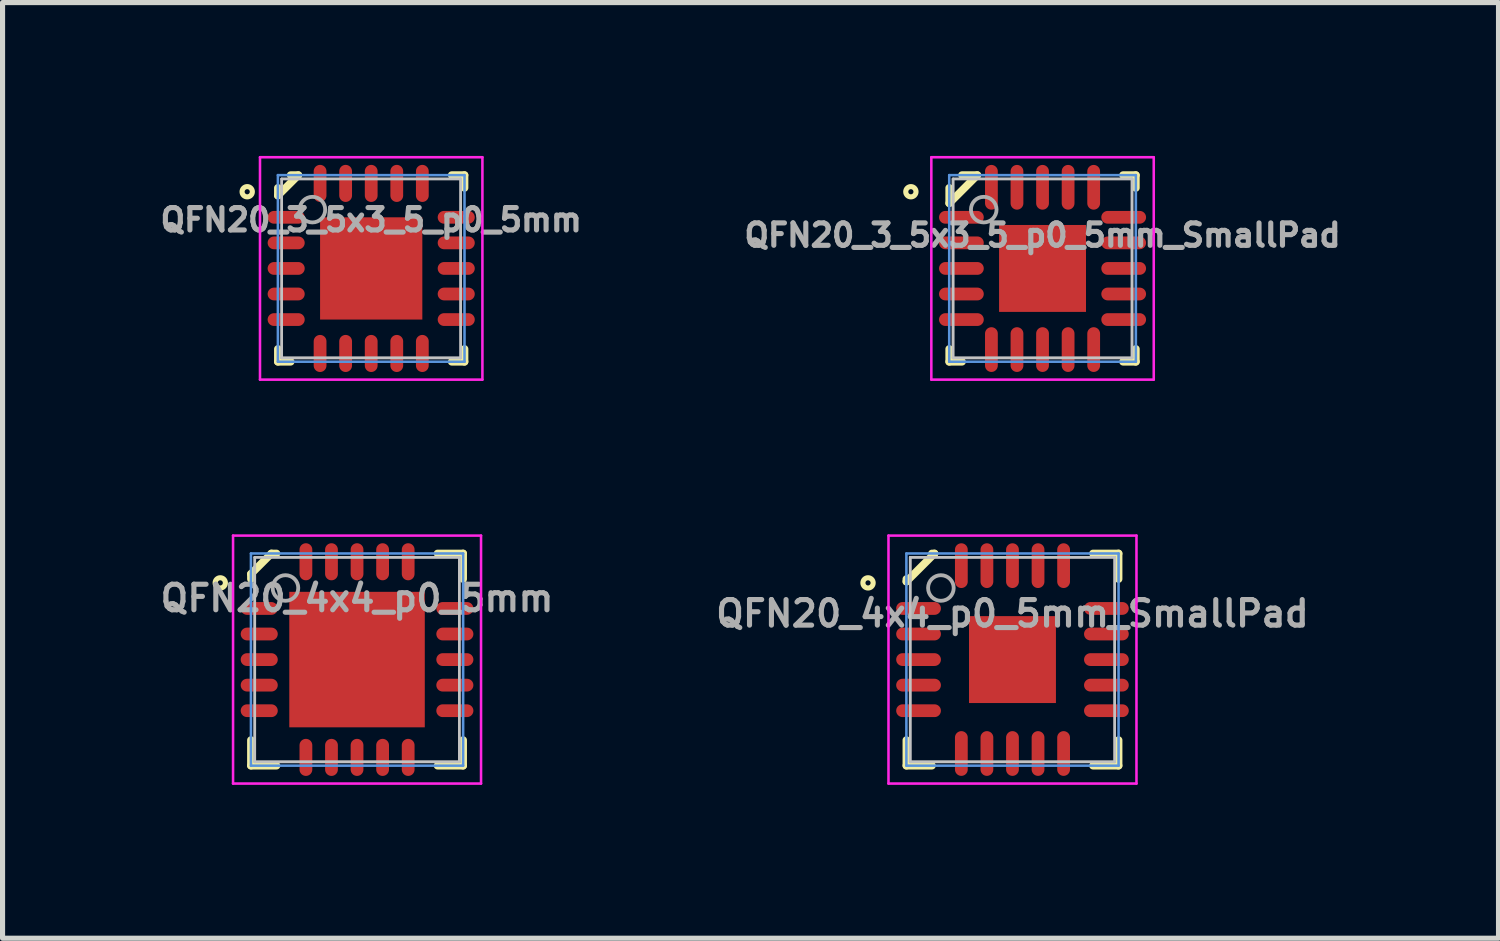
<source format=kicad_pcb>
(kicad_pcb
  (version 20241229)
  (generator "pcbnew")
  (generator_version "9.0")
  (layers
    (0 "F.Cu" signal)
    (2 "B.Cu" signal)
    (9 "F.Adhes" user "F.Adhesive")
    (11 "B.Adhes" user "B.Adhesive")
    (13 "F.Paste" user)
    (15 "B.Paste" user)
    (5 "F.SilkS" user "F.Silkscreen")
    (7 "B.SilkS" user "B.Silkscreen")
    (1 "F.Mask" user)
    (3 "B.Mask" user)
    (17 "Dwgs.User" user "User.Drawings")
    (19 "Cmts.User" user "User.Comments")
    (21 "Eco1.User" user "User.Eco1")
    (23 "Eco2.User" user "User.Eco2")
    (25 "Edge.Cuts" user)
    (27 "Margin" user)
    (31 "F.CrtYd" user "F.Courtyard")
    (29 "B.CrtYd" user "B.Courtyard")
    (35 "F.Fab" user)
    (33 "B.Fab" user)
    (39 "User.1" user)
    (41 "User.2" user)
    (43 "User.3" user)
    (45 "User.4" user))
  (footprint "QFN20_4x4_p0_5mm_SmallPad"
    (layer "F.Cu")
    (at 16.752 9.85)
    (property "Reference" "QFN20_4x4_p0_5mm_SmallPad" (at 0 -0.9 0) (layer "F.Fab") (effects (font (size 0.5 0.5) (thickness 0.1))))
    (attr through_hole)
    (fp_line (start -2.075 -1.525) (end -2.075 -1.575) (stroke (width 0.15) (type solid)) (layer "F.SilkS"))
    (fp_line (start -2.075 -1.525) (end -1.525 -2.075) (stroke (width 0.15) (type solid)) (layer "F.SilkS"))
    (fp_line (start -2.075 2.075) (end -2.075 1.575) (stroke (width 0.15) (type solid)) (layer "F.SilkS"))
    (fp_line (start -2.075 2.075) (end -1.575 2.075) (stroke (width 0.15) (type solid)) (layer "F.SilkS"))
    (fp_line (start -1.575 -2.075) (end -1.525 -2.075) (stroke (width 0.15) (type solid)) (layer "F.SilkS"))
    (fp_line (start 2.075 -2.075) (end 1.575 -2.075) (stroke (width 0.15) (type solid)) (layer "F.SilkS"))
    (fp_line (start 2.075 -2.075) (end 2.075 -1.575) (stroke (width 0.15) (type solid)) (layer "F.SilkS"))
    (fp_line (start 2.075 2.075) (end 1.575 2.075) (stroke (width 0.15) (type solid)) (layer "F.SilkS"))
    (fp_line (start 2.075 2.075) (end 2.075 1.575) (stroke (width 0.15) (type solid)) (layer "F.SilkS"))
    (fp_circle (center -2.825 -1.5) (end -2.754 -1.429) (stroke (width 0.1) (type solid)) (fill no) (layer "F.SilkS"))
    (fp_line (start -2 -2) (end -2 2) (stroke (width 0.05) (type solid)) (layer "Dwgs.User"))
    (fp_line (start -2 -2) (end 2 -2) (stroke (width 0.05) (type solid)) (layer "Dwgs.User"))
    (fp_line (start -2 2) (end 2 2) (stroke (width 0.05) (type solid)) (layer "Dwgs.User"))
    (fp_line (start 2 -2) (end 2 2) (stroke (width 0.05) (type solid)) (layer "Dwgs.User"))
    (fp_line (start -2.075 -2.075) (end -2.075 2.075) (stroke (width 0.05) (type solid)) (layer "Cmts.User"))
    (fp_line (start -2.075 -2.075) (end 2.075 -2.075) (stroke (width 0.05) (type solid)) (layer "Cmts.User"))
    (fp_line (start -2.075 2.075) (end 2.075 2.075) (stroke (width 0.05) (type solid)) (layer "Cmts.User"))
    (fp_line (start 2.075 -2.075) (end 2.075 2.075) (stroke (width 0.05) (type solid)) (layer "Cmts.User"))
    (fp_line (start -1.925 -1.925) (end -1.925 1.925) (stroke (width 0.05) (type solid)) (layer "Eco1.User"))
    (fp_line (start -1.925 -1.925) (end 1.925 -1.925) (stroke (width 0.05) (type solid)) (layer "Eco1.User"))
    (fp_line (start -1.925 1.925) (end 1.925 1.925) (stroke (width 0.05) (type solid)) (layer "Eco1.User"))
    (fp_line (start 1.925 -1.925) (end 1.925 1.925) (stroke (width 0.05) (type solid)) (layer "Eco1.User"))
    (fp_line (start -2.425 -2.425) (end -2.425 2.425) (stroke (width 0.05) (type solid)) (layer "F.CrtYd"))
    (fp_line (start -2.425 -2.425) (end 2.425 -2.425) (stroke (width 0.05) (type solid)) (layer "F.CrtYd"))
    (fp_line (start -2.425 2.425) (end 2.425 2.425) (stroke (width 0.05) (type solid)) (layer "F.CrtYd"))
    (fp_line (start 2.425 -2.425) (end 2.425 2.425) (stroke (width 0.05) (type solid)) (layer "F.CrtYd"))
    (fp_line (start -2 -2) (end -2 2) (stroke (width 0.05) (type solid)) (layer "F.Fab"))
    (fp_line (start -2 -2) (end 2 -2) (stroke (width 0.05) (type solid)) (layer "F.Fab"))
    (fp_line (start -2 2) (end 2 2) (stroke (width 0.05) (type solid)) (layer "F.Fab"))
    (fp_line (start 2 -2) (end 2 2) (stroke (width 0.05) (type solid)) (layer "F.Fab"))
    (fp_circle (center -1.4 -1.4) (end -1.223 -1.223) (stroke (width 0.075) (type solid)) (fill no) (layer "F.Fab"))
    (pad "1" smd oval (at -1.837 -1 180) (size 0.875 0.25) (layers "F.Cu" "F.Mask" "F.Paste"))
    (pad "2" smd oval (at -1.837 -0.5 180) (size 0.875 0.25) (layers "F.Cu" "F.Mask" "F.Paste"))
    (pad "3" smd oval (at -1.837 0 180) (size 0.875 0.25) (layers "F.Cu" "F.Mask" "F.Paste"))
    (pad "4" smd oval (at -1.837 0.5 180) (size 0.875 0.25) (layers "F.Cu" "F.Mask" "F.Paste"))
    (pad "5" smd oval (at -1.837 1 180) (size 0.875 0.25) (layers "F.Cu" "F.Mask" "F.Paste"))
    (pad "6" smd oval (at -1 1.837 270) (size 0.875 0.25) (layers "F.Cu" "F.Mask" "F.Paste"))
    (pad "7" smd oval (at -0.5 1.837 270) (size 0.875 0.25) (layers "F.Cu" "F.Mask" "F.Paste"))
    (pad "8" smd oval (at 0 1.837 270) (size 0.875 0.25) (layers "F.Cu" "F.Mask" "F.Paste"))
    (pad "9" smd oval (at 0.5 1.837 270) (size 0.875 0.25) (layers "F.Cu" "F.Mask" "F.Paste"))
    (pad "10" smd oval (at 1 1.837 270) (size 0.875 0.25) (layers "F.Cu" "F.Mask" "F.Paste"))
    (pad "11" smd oval (at 1.837 1) (size 0.875 0.25) (layers "F.Cu" "F.Mask" "F.Paste"))
    (pad "12" smd oval (at 1.837 0.5) (size 0.875 0.25) (layers "F.Cu" "F.Mask" "F.Paste"))
    (pad "13" smd oval (at 1.837 0) (size 0.875 0.25) (layers "F.Cu" "F.Mask" "F.Paste"))
    (pad "14" smd oval (at 1.837 -0.5) (size 0.875 0.25) (layers "F.Cu" "F.Mask" "F.Paste"))
    (pad "15" smd oval (at 1.837 -1) (size 0.875 0.25) (layers "F.Cu" "F.Mask" "F.Paste"))
    (pad "16" smd oval (at 1 -1.837 90) (size 0.875 0.25) (layers "F.Cu" "F.Mask" "F.Paste"))
    (pad "17" smd oval (at 0.5 -1.837 90) (size 0.875 0.25) (layers "F.Cu" "F.Mask" "F.Paste"))
    (pad "18" smd oval (at 0 -1.837 90) (size 0.875 0.25) (layers "F.Cu" "F.Mask" "F.Paste"))
    (pad "19" smd oval (at -0.5 -1.837 90) (size 0.875 0.25) (layers "F.Cu" "F.Mask" "F.Paste"))
    (pad "20" smd oval (at -1 -1.837 90) (size 0.875 0.25) (layers "F.Cu" "F.Mask" "F.Paste"))
    (pad "21" smd rect (at 0 0) (size 1.7 1.7) (layers "F.Cu" "F.Mask" "F.Paste")))
  (footprint "QFN20_3_5x3_5_p0_5mm_SmallPad"
    (layer "F.Cu")
    (at 17.34 2.2)
    (property "Reference" "QFN20_3_5x3_5_p0_5mm_SmallPad" (at 0 -0.65 0) (layer "F.Fab") (effects (font (size 0.438 0.438) (thickness 0.1))))
    (attr through_hole)
    (fp_line (start -1.825 -1.275) (end -1.825 -1.575) (stroke (width 0.15) (type solid)) (layer "F.SilkS"))
    (fp_line (start -1.825 -1.275) (end -1.275 -1.825) (stroke (width 0.15) (type solid)) (layer "F.SilkS"))
    (fp_line (start -1.825 1.825) (end -1.825 1.575) (stroke (width 0.15) (type solid)) (layer "F.SilkS"))
    (fp_line (start -1.825 1.825) (end -1.575 1.825) (stroke (width 0.15) (type solid)) (layer "F.SilkS"))
    (fp_line (start -1.575 -1.825) (end -1.275 -1.825) (stroke (width 0.15) (type solid)) (layer "F.SilkS"))
    (fp_line (start 1.825 -1.825) (end 1.575 -1.825) (stroke (width 0.15) (type solid)) (layer "F.SilkS"))
    (fp_line (start 1.825 -1.825) (end 1.825 -1.575) (stroke (width 0.15) (type solid)) (layer "F.SilkS"))
    (fp_line (start 1.825 1.825) (end 1.575 1.825) (stroke (width 0.15) (type solid)) (layer "F.SilkS"))
    (fp_line (start 1.825 1.825) (end 1.825 1.575) (stroke (width 0.15) (type solid)) (layer "F.SilkS"))
    (fp_circle (center -2.575 -1.5) (end -2.504 -1.429) (stroke (width 0.1) (type solid)) (fill no) (layer "F.SilkS"))
    (fp_line (start -1.75 -1.75) (end -1.75 1.75) (stroke (width 0.05) (type solid)) (layer "Dwgs.User"))
    (fp_line (start -1.75 -1.75) (end 1.75 -1.75) (stroke (width 0.05) (type solid)) (layer "Dwgs.User"))
    (fp_line (start -1.75 1.75) (end 1.75 1.75) (stroke (width 0.05) (type solid)) (layer "Dwgs.User"))
    (fp_line (start 1.75 -1.75) (end 1.75 1.75) (stroke (width 0.05) (type solid)) (layer "Dwgs.User"))
    (fp_line (start -1.825 -1.825) (end -1.825 1.825) (stroke (width 0.05) (type solid)) (layer "Cmts.User"))
    (fp_line (start -1.825 -1.825) (end 1.825 -1.825) (stroke (width 0.05) (type solid)) (layer "Cmts.User"))
    (fp_line (start -1.825 1.825) (end 1.825 1.825) (stroke (width 0.05) (type solid)) (layer "Cmts.User"))
    (fp_line (start 1.825 -1.825) (end 1.825 1.825) (stroke (width 0.05) (type solid)) (layer "Cmts.User"))
    (fp_line (start -1.675 -1.675) (end -1.675 1.675) (stroke (width 0.05) (type solid)) (layer "Eco1.User"))
    (fp_line (start -1.675 -1.675) (end 1.675 -1.675) (stroke (width 0.05) (type solid)) (layer "Eco1.User"))
    (fp_line (start -1.675 1.675) (end 1.675 1.675) (stroke (width 0.05) (type solid)) (layer "Eco1.User"))
    (fp_line (start 1.675 -1.675) (end 1.675 1.675) (stroke (width 0.05) (type solid)) (layer "Eco1.User"))
    (fp_line (start -2.175 -2.175) (end -2.175 2.175) (stroke (width 0.05) (type solid)) (layer "F.CrtYd"))
    (fp_line (start -2.175 -2.175) (end 2.175 -2.175) (stroke (width 0.05) (type solid)) (layer "F.CrtYd"))
    (fp_line (start -2.175 2.175) (end 2.175 2.175) (stroke (width 0.05) (type solid)) (layer "F.CrtYd"))
    (fp_line (start 2.175 -2.175) (end 2.175 2.175) (stroke (width 0.05) (type solid)) (layer "F.CrtYd"))
    (fp_line (start -1.75 -1.75) (end -1.75 1.75) (stroke (width 0.05) (type solid)) (layer "F.Fab"))
    (fp_line (start -1.75 -1.75) (end 1.75 -1.75) (stroke (width 0.05) (type solid)) (layer "F.Fab"))
    (fp_line (start -1.75 1.75) (end 1.75 1.75) (stroke (width 0.05) (type solid)) (layer "F.Fab"))
    (fp_line (start 1.75 -1.75) (end 1.75 1.75) (stroke (width 0.05) (type solid)) (layer "F.Fab"))
    (fp_circle (center -1.15 -1.15) (end -0.973 -0.973) (stroke (width 0.075) (type solid)) (fill no) (layer "F.Fab"))
    (pad "1" smd oval (at -1.587 -1 180) (size 0.875 0.25) (layers "F.Cu" "F.Mask" "F.Paste"))
    (pad "2" smd oval (at -1.587 -0.5 180) (size 0.875 0.25) (layers "F.Cu" "F.Mask" "F.Paste"))
    (pad "3" smd oval (at -1.587 0 180) (size 0.875 0.25) (layers "F.Cu" "F.Mask" "F.Paste"))
    (pad "4" smd oval (at -1.587 0.5 180) (size 0.875 0.25) (layers "F.Cu" "F.Mask" "F.Paste"))
    (pad "5" smd oval (at -1.587 1 180) (size 0.875 0.25) (layers "F.Cu" "F.Mask" "F.Paste"))
    (pad "6" smd oval (at -1 1.587 270) (size 0.875 0.25) (layers "F.Cu" "F.Mask" "F.Paste"))
    (pad "7" smd oval (at -0.5 1.587 270) (size 0.875 0.25) (layers "F.Cu" "F.Mask" "F.Paste"))
    (pad "8" smd oval (at 0 1.587 270) (size 0.875 0.25) (layers "F.Cu" "F.Mask" "F.Paste"))
    (pad "9" smd oval (at 0.5 1.587 270) (size 0.875 0.25) (layers "F.Cu" "F.Mask" "F.Paste"))
    (pad "10" smd oval (at 1 1.587 270) (size 0.875 0.25) (layers "F.Cu" "F.Mask" "F.Paste"))
    (pad "11" smd oval (at 1.587 1) (size 0.875 0.25) (layers "F.Cu" "F.Mask" "F.Paste"))
    (pad "12" smd oval (at 1.587 0.5) (size 0.875 0.25) (layers "F.Cu" "F.Mask" "F.Paste"))
    (pad "13" smd oval (at 1.587 0) (size 0.875 0.25) (layers "F.Cu" "F.Mask" "F.Paste"))
    (pad "14" smd oval (at 1.587 -0.5) (size 0.875 0.25) (layers "F.Cu" "F.Mask" "F.Paste"))
    (pad "15" smd oval (at 1.587 -1) (size 0.875 0.25) (layers "F.Cu" "F.Mask" "F.Paste"))
    (pad "16" smd oval (at 1 -1.587 90) (size 0.875 0.25) (layers "F.Cu" "F.Mask" "F.Paste"))
    (pad "17" smd oval (at 0.5 -1.587 90) (size 0.875 0.25) (layers "F.Cu" "F.Mask" "F.Paste"))
    (pad "18" smd oval (at 0 -1.587 90) (size 0.875 0.25) (layers "F.Cu" "F.Mask" "F.Paste"))
    (pad "19" smd oval (at -0.5 -1.587 90) (size 0.875 0.25) (layers "F.Cu" "F.Mask" "F.Paste"))
    (pad "20" smd oval (at -1 -1.587 90) (size 0.875 0.25) (layers "F.Cu" "F.Mask" "F.Paste"))
    (pad "21" smd rect (at 0 0) (size 1.7 1.7) (layers "F.Cu" "F.Mask" "F.Paste")))
  (footprint "QFN20_4x4_p0_5mm"
    (layer "F.Cu")
    (at 3.933 9.85)
    (property "Reference" "QFN20_4x4_p0_5mm" (at 0 -1.2 0) (layer "F.Fab") (effects (font (size 0.5 0.5) (thickness 0.1))))
    (attr through_hole)
    (fp_line (start -2.075 -1.675) (end -2.075 -1.575) (stroke (width 0.15) (type solid)) (layer "F.SilkS"))
    (fp_line (start -2.075 -1.675) (end -1.675 -2.075) (stroke (width 0.15) (type solid)) (layer "F.SilkS"))
    (fp_line (start -2.075 2.075) (end -2.075 1.575) (stroke (width 0.15) (type solid)) (layer "F.SilkS"))
    (fp_line (start -2.075 2.075) (end -1.575 2.075) (stroke (width 0.15) (type solid)) (layer "F.SilkS"))
    (fp_line (start -1.575 -2.075) (end -1.675 -2.075) (stroke (width 0.15) (type solid)) (layer "F.SilkS"))
    (fp_line (start 2.075 -2.075) (end 1.575 -2.075) (stroke (width 0.15) (type solid)) (layer "F.SilkS"))
    (fp_line (start 2.075 -2.075) (end 2.075 -1.575) (stroke (width 0.15) (type solid)) (layer "F.SilkS"))
    (fp_line (start 2.075 2.075) (end 1.575 2.075) (stroke (width 0.15) (type solid)) (layer "F.SilkS"))
    (fp_line (start 2.075 2.075) (end 2.075 1.575) (stroke (width 0.15) (type solid)) (layer "F.SilkS"))
    (fp_circle (center -2.675 -1.5) (end -2.604 -1.429) (stroke (width 0.1) (type solid)) (fill no) (layer "F.SilkS"))
    (fp_line (start -2 -2) (end -2 2) (stroke (width 0.05) (type solid)) (layer "Dwgs.User"))
    (fp_line (start -2 -2) (end 2 -2) (stroke (width 0.05) (type solid)) (layer "Dwgs.User"))
    (fp_line (start -2 2) (end 2 2) (stroke (width 0.05) (type solid)) (layer "Dwgs.User"))
    (fp_line (start 2 -2) (end 2 2) (stroke (width 0.05) (type solid)) (layer "Dwgs.User"))
    (fp_line (start -2.075 -2.075) (end -2.075 2.075) (stroke (width 0.05) (type solid)) (layer "Cmts.User"))
    (fp_line (start -2.075 -2.075) (end 2.075 -2.075) (stroke (width 0.05) (type solid)) (layer "Cmts.User"))
    (fp_line (start -2.075 2.075) (end 2.075 2.075) (stroke (width 0.05) (type solid)) (layer "Cmts.User"))
    (fp_line (start 2.075 -2.075) (end 2.075 2.075) (stroke (width 0.05) (type solid)) (layer "Cmts.User"))
    (fp_line (start -1.925 -1.925) (end -1.925 1.925) (stroke (width 0.05) (type solid)) (layer "Eco1.User"))
    (fp_line (start -1.925 -1.925) (end 1.925 -1.925) (stroke (width 0.05) (type solid)) (layer "Eco1.User"))
    (fp_line (start -1.925 1.925) (end 1.925 1.925) (stroke (width 0.05) (type solid)) (layer "Eco1.User"))
    (fp_line (start 1.925 -1.925) (end 1.925 1.925) (stroke (width 0.05) (type solid)) (layer "Eco1.User"))
    (fp_line (start -2.425 -2.425) (end -2.425 2.425) (stroke (width 0.05) (type solid)) (layer "F.CrtYd"))
    (fp_line (start -2.425 -2.425) (end 2.425 -2.425) (stroke (width 0.05) (type solid)) (layer "F.CrtYd"))
    (fp_line (start -2.425 2.425) (end 2.425 2.425) (stroke (width 0.05) (type solid)) (layer "F.CrtYd"))
    (fp_line (start 2.425 -2.425) (end 2.425 2.425) (stroke (width 0.05) (type solid)) (layer "F.CrtYd"))
    (fp_line (start -2 -2) (end -2 2) (stroke (width 0.05) (type solid)) (layer "F.Fab"))
    (fp_line (start -2 -2) (end 2 -2) (stroke (width 0.05) (type solid)) (layer "F.Fab"))
    (fp_line (start -2 2) (end 2 2) (stroke (width 0.05) (type solid)) (layer "F.Fab"))
    (fp_line (start 2 -2) (end 2 2) (stroke (width 0.05) (type solid)) (layer "F.Fab"))
    (fp_circle (center -1.4 -1.4) (end -1.223 -1.223) (stroke (width 0.075) (type solid)) (fill no) (layer "F.Fab"))
    (pad "1" smd oval (at -1.913 -1 180) (size 0.725 0.25) (layers "F.Cu" "F.Mask" "F.Paste"))
    (pad "2" smd oval (at -1.913 -0.5 180) (size 0.725 0.25) (layers "F.Cu" "F.Mask" "F.Paste"))
    (pad "3" smd oval (at -1.913 0 180) (size 0.725 0.25) (layers "F.Cu" "F.Mask" "F.Paste"))
    (pad "4" smd oval (at -1.913 0.5 180) (size 0.725 0.25) (layers "F.Cu" "F.Mask" "F.Paste"))
    (pad "5" smd oval (at -1.913 1 180) (size 0.725 0.25) (layers "F.Cu" "F.Mask" "F.Paste"))
    (pad "6" smd oval (at -1 1.913 270) (size 0.725 0.25) (layers "F.Cu" "F.Mask" "F.Paste"))
    (pad "7" smd oval (at -0.5 1.913 270) (size 0.725 0.25) (layers "F.Cu" "F.Mask" "F.Paste"))
    (pad "8" smd oval (at 0 1.913 270) (size 0.725 0.25) (layers "F.Cu" "F.Mask" "F.Paste"))
    (pad "9" smd oval (at 0.5 1.913 270) (size 0.725 0.25) (layers "F.Cu" "F.Mask" "F.Paste"))
    (pad "10" smd oval (at 1 1.913 270) (size 0.725 0.25) (layers "F.Cu" "F.Mask" "F.Paste"))
    (pad "11" smd oval (at 1.913 1) (size 0.725 0.25) (layers "F.Cu" "F.Mask" "F.Paste"))
    (pad "12" smd oval (at 1.913 0.5) (size 0.725 0.25) (layers "F.Cu" "F.Mask" "F.Paste"))
    (pad "13" smd oval (at 1.913 0) (size 0.725 0.25) (layers "F.Cu" "F.Mask" "F.Paste"))
    (pad "14" smd oval (at 1.913 -0.5) (size 0.725 0.25) (layers "F.Cu" "F.Mask" "F.Paste"))
    (pad "15" smd oval (at 1.913 -1) (size 0.725 0.25) (layers "F.Cu" "F.Mask" "F.Paste"))
    (pad "16" smd oval (at 1 -1.913 90) (size 0.725 0.25) (layers "F.Cu" "F.Mask" "F.Paste"))
    (pad "17" smd oval (at 0.5 -1.913 90) (size 0.725 0.25) (layers "F.Cu" "F.Mask" "F.Paste"))
    (pad "18" smd oval (at 0 -1.913 90) (size 0.725 0.25) (layers "F.Cu" "F.Mask" "F.Paste"))
    (pad "19" smd oval (at -0.5 -1.913 90) (size 0.725 0.25) (layers "F.Cu" "F.Mask" "F.Paste"))
    (pad "20" smd oval (at -1 -1.913 90) (size 0.725 0.25) (layers "F.Cu" "F.Mask" "F.Paste"))
    (pad "21" smd rect (at 0 0) (size 2.65 2.65) (layers "F.Cu" "F.Mask" "F.Paste")))
  (footprint "QFN20_3_5x3_5_p0_5mm"
    (layer "F.Cu")
    (at 4.21 2.2)
    (property "Reference" "QFN20_3_5x3_5_p0_5mm" (at 0 -0.95 0) (layer "F.Fab") (effects (font (size 0.438 0.438) (thickness 0.1))))
    (attr through_hole)
    (fp_line (start -1.825 -1.425) (end -1.825 -1.575) (stroke (width 0.15) (type solid)) (layer "F.SilkS"))
    (fp_line (start -1.825 -1.425) (end -1.425 -1.825) (stroke (width 0.15) (type solid)) (layer "F.SilkS"))
    (fp_line (start -1.825 1.825) (end -1.825 1.575) (stroke (width 0.15) (type solid)) (layer "F.SilkS"))
    (fp_line (start -1.825 1.825) (end -1.575 1.825) (stroke (width 0.15) (type solid)) (layer "F.SilkS"))
    (fp_line (start -1.575 -1.825) (end -1.425 -1.825) (stroke (width 0.15) (type solid)) (layer "F.SilkS"))
    (fp_line (start 1.825 -1.825) (end 1.575 -1.825) (stroke (width 0.15) (type solid)) (layer "F.SilkS"))
    (fp_line (start 1.825 -1.825) (end 1.825 -1.575) (stroke (width 0.15) (type solid)) (layer "F.SilkS"))
    (fp_line (start 1.825 1.825) (end 1.575 1.825) (stroke (width 0.15) (type solid)) (layer "F.SilkS"))
    (fp_line (start 1.825 1.825) (end 1.825 1.575) (stroke (width 0.15) (type solid)) (layer "F.SilkS"))
    (fp_circle (center -2.425 -1.5) (end -2.354 -1.429) (stroke (width 0.1) (type solid)) (fill no) (layer "F.SilkS"))
    (fp_line (start -1.75 -1.75) (end -1.75 1.75) (stroke (width 0.05) (type solid)) (layer "Dwgs.User"))
    (fp_line (start -1.75 -1.75) (end 1.75 -1.75) (stroke (width 0.05) (type solid)) (layer "Dwgs.User"))
    (fp_line (start -1.75 1.75) (end 1.75 1.75) (stroke (width 0.05) (type solid)) (layer "Dwgs.User"))
    (fp_line (start 1.75 -1.75) (end 1.75 1.75) (stroke (width 0.05) (type solid)) (layer "Dwgs.User"))
    (fp_line (start -1.825 -1.825) (end -1.825 1.825) (stroke (width 0.05) (type solid)) (layer "Cmts.User"))
    (fp_line (start -1.825 -1.825) (end 1.825 -1.825) (stroke (width 0.05) (type solid)) (layer "Cmts.User"))
    (fp_line (start -1.825 1.825) (end 1.825 1.825) (stroke (width 0.05) (type solid)) (layer "Cmts.User"))
    (fp_line (start 1.825 -1.825) (end 1.825 1.825) (stroke (width 0.05) (type solid)) (layer "Cmts.User"))
    (fp_line (start -1.675 -1.675) (end -1.675 1.675) (stroke (width 0.05) (type solid)) (layer "Eco1.User"))
    (fp_line (start -1.675 -1.675) (end 1.675 -1.675) (stroke (width 0.05) (type solid)) (layer "Eco1.User"))
    (fp_line (start -1.675 1.675) (end 1.675 1.675) (stroke (width 0.05) (type solid)) (layer "Eco1.User"))
    (fp_line (start 1.675 -1.675) (end 1.675 1.675) (stroke (width 0.05) (type solid)) (layer "Eco1.User"))
    (fp_line (start -2.175 -2.175) (end -2.175 2.175) (stroke (width 0.05) (type solid)) (layer "F.CrtYd"))
    (fp_line (start -2.175 -2.175) (end 2.175 -2.175) (stroke (width 0.05) (type solid)) (layer "F.CrtYd"))
    (fp_line (start -2.175 2.175) (end 2.175 2.175) (stroke (width 0.05) (type solid)) (layer "F.CrtYd"))
    (fp_line (start 2.175 -2.175) (end 2.175 2.175) (stroke (width 0.05) (type solid)) (layer "F.CrtYd"))
    (fp_line (start -1.75 -1.75) (end -1.75 1.75) (stroke (width 0.05) (type solid)) (layer "F.Fab"))
    (fp_line (start -1.75 -1.75) (end 1.75 -1.75) (stroke (width 0.05) (type solid)) (layer "F.Fab"))
    (fp_line (start -1.75 1.75) (end 1.75 1.75) (stroke (width 0.05) (type solid)) (layer "F.Fab"))
    (fp_line (start 1.75 -1.75) (end 1.75 1.75) (stroke (width 0.05) (type solid)) (layer "F.Fab"))
    (fp_circle (center -1.15 -1.15) (end -0.973 -0.973) (stroke (width 0.075) (type solid)) (fill no) (layer "F.Fab"))
    (pad "1" smd oval (at -1.663 -1 180) (size 0.725 0.25) (layers "F.Cu" "F.Mask" "F.Paste"))
    (pad "2" smd oval (at -1.663 -0.5 180) (size 0.725 0.25) (layers "F.Cu" "F.Mask" "F.Paste"))
    (pad "3" smd oval (at -1.663 0 180) (size 0.725 0.25) (layers "F.Cu" "F.Mask" "F.Paste"))
    (pad "4" smd oval (at -1.663 0.5 180) (size 0.725 0.25) (layers "F.Cu" "F.Mask" "F.Paste"))
    (pad "5" smd oval (at -1.663 1 180) (size 0.725 0.25) (layers "F.Cu" "F.Mask" "F.Paste"))
    (pad "6" smd oval (at -1 1.663 270) (size 0.725 0.25) (layers "F.Cu" "F.Mask" "F.Paste"))
    (pad "7" smd oval (at -0.5 1.663 270) (size 0.725 0.25) (layers "F.Cu" "F.Mask" "F.Paste"))
    (pad "8" smd oval (at 0 1.663 270) (size 0.725 0.25) (layers "F.Cu" "F.Mask" "F.Paste"))
    (pad "9" smd oval (at 0.5 1.663 270) (size 0.725 0.25) (layers "F.Cu" "F.Mask" "F.Paste"))
    (pad "10" smd oval (at 1 1.663 270) (size 0.725 0.25) (layers "F.Cu" "F.Mask" "F.Paste"))
    (pad "11" smd oval (at 1.663 1) (size 0.725 0.25) (layers "F.Cu" "F.Mask" "F.Paste"))
    (pad "12" smd oval (at 1.663 0.5) (size 0.725 0.25) (layers "F.Cu" "F.Mask" "F.Paste"))
    (pad "13" smd oval (at 1.663 0) (size 0.725 0.25) (layers "F.Cu" "F.Mask" "F.Paste"))
    (pad "14" smd oval (at 1.663 -0.5) (size 0.725 0.25) (layers "F.Cu" "F.Mask" "F.Paste"))
    (pad "15" smd oval (at 1.663 -1) (size 0.725 0.25) (layers "F.Cu" "F.Mask" "F.Paste"))
    (pad "16" smd oval (at 1 -1.663 90) (size 0.725 0.25) (layers "F.Cu" "F.Mask" "F.Paste"))
    (pad "17" smd oval (at 0.5 -1.663 90) (size 0.725 0.25) (layers "F.Cu" "F.Mask" "F.Paste"))
    (pad "18" smd oval (at 0 -1.663 90) (size 0.725 0.25) (layers "F.Cu" "F.Mask" "F.Paste"))
    (pad "19" smd oval (at -0.5 -1.663 90) (size 0.725 0.25) (layers "F.Cu" "F.Mask" "F.Paste"))
    (pad "20" smd oval (at -1 -1.663 90) (size 0.725 0.25) (layers "F.Cu" "F.Mask" "F.Paste"))
    (pad "21" smd rect (at 0 0) (size 2 2) (layers "F.Cu" "F.Mask" "F.Paste")))
  (gr_rect
    (start -3 -3)
    (end 26.258 15.3)
    (stroke (width 0.1) (type default))
    (fill no)
    (layer "Edge.Cuts")))
</source>
